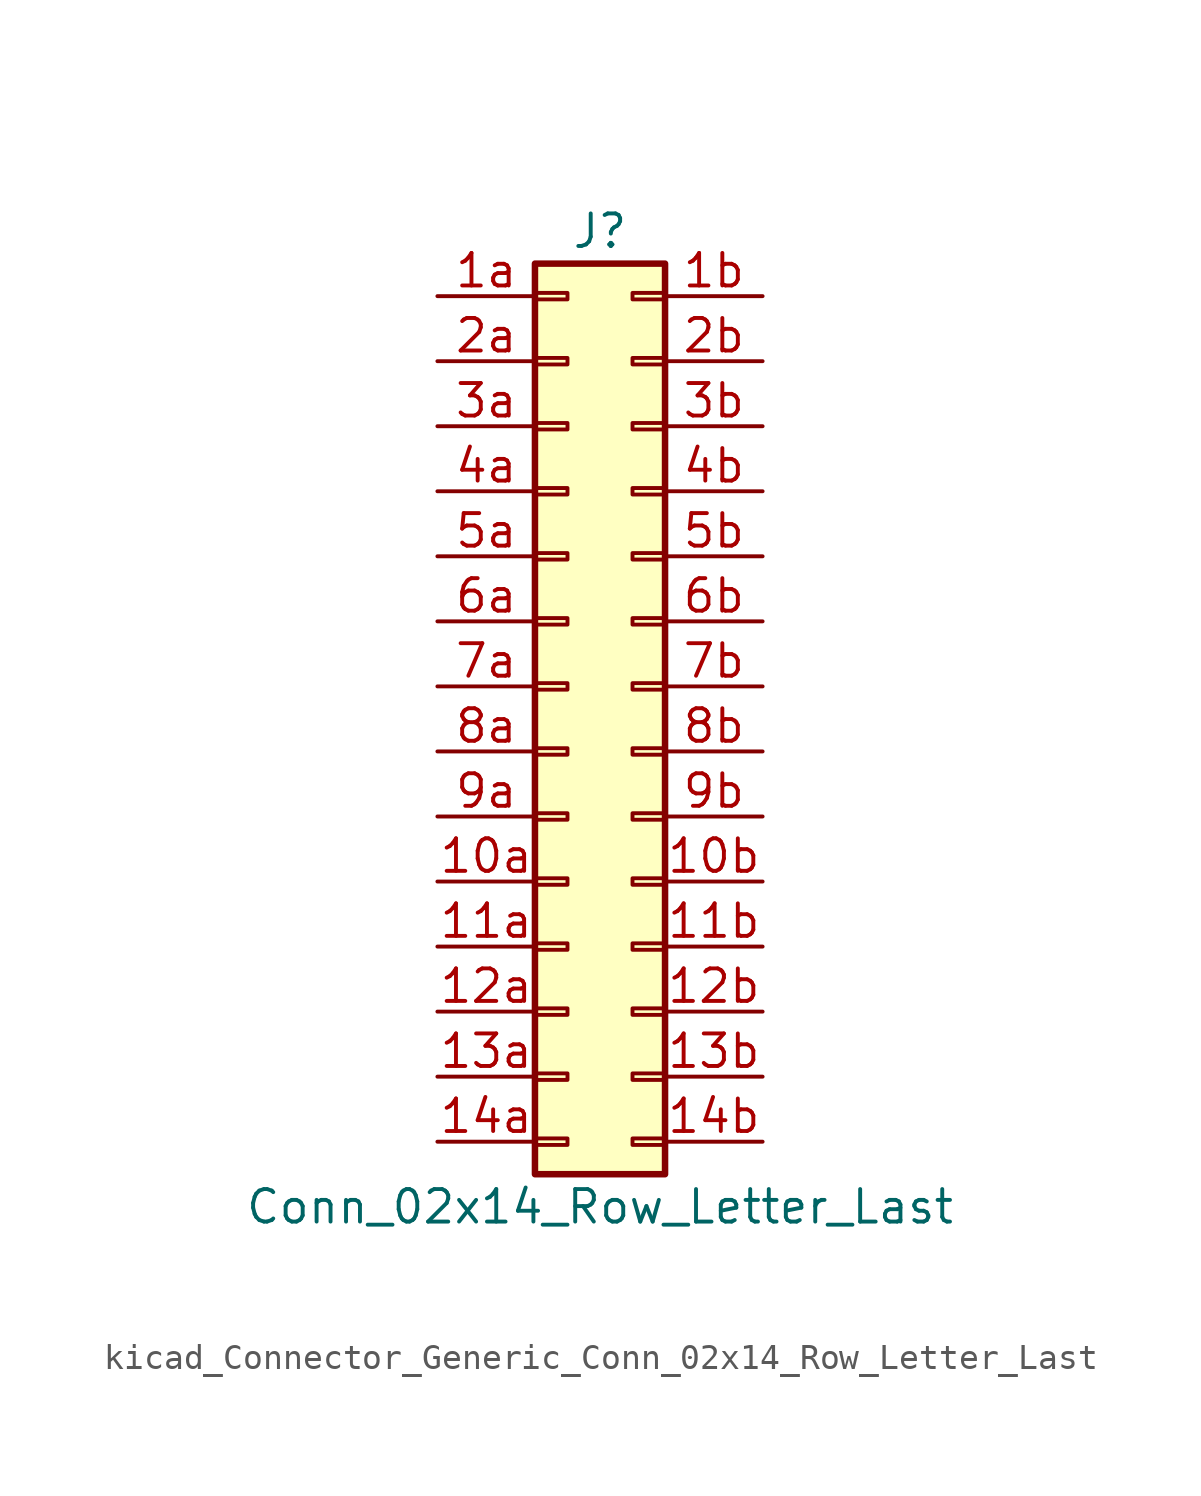
<source format=kicad_sym>
(kicad_symbol_lib
  (version 20220914)
  (generator kicad_symbol_editor)
  (symbol "kicad_Connector_Generic_Conn_02x14_Row_Letter_Last"
    (pin_names
      (offset 1.016) hide)
    (property "Reference" "J"
      (at 1.27 17.78 0)
      (effects (font (size 1.27 1.27))))
    (property "Value" "Conn_02x14_Row_Letter_Last"
      (at 1.27 -20.32 0)
      (effects (font (size 1.27 1.27))))
    (symbol "kicad_Connector_Generic_Conn_02x14_Row_Letter_Last_1_1"
      (rectangle (start -1.27 -17.653) (end 0 -17.907) (stroke (width 0.152) (type default)) (fill (type none)))
      (rectangle (start -1.27 -15.113) (end 0 -15.367) (stroke (width 0.152) (type default)) (fill (type none)))
      (rectangle (start -1.27 -12.573) (end 0 -12.827) (stroke (width 0.152) (type default)) (fill (type none)))
      (rectangle (start -1.27 -10.033) (end 0 -10.287) (stroke (width 0.152) (type default)) (fill (type none)))
      (rectangle (start -1.27 -7.493) (end 0 -7.747) (stroke (width 0.152) (type default)) (fill (type none)))
      (rectangle (start -1.27 -4.953) (end 0 -5.207) (stroke (width 0.152) (type default)) (fill (type none)))
      (rectangle (start -1.27 -2.413) (end 0 -2.667) (stroke (width 0.152) (type default)) (fill (type none)))
      (rectangle (start -1.27 0.127) (end 0 -0.127) (stroke (width 0.152) (type default)) (fill (type none)))
      (rectangle (start -1.27 2.667) (end 0 2.413) (stroke (width 0.152) (type default)) (fill (type none)))
      (rectangle (start -1.27 5.207) (end 0 4.953) (stroke (width 0.152) (type default)) (fill (type none)))
      (rectangle (start -1.27 7.747) (end 0 7.493) (stroke (width 0.152) (type default)) (fill (type none)))
      (rectangle (start -1.27 10.287) (end 0 10.033) (stroke (width 0.152) (type default)) (fill (type none)))
      (rectangle (start -1.27 12.827) (end 0 12.573) (stroke (width 0.152) (type default)) (fill (type none)))
      (rectangle (start -1.27 15.367) (end 0 15.113) (stroke (width 0.152) (type default)) (fill (type none)))
      (rectangle (start -1.27 16.51) (end 3.81 -19.05) (stroke (width 0.254) (type default)) (fill (type background)))
      (rectangle (start 3.81 -17.653) (end 2.54 -17.907) (stroke (width 0.152) (type default)) (fill (type none)))
      (rectangle (start 3.81 -15.113) (end 2.54 -15.367) (stroke (width 0.152) (type default)) (fill (type none)))
      (rectangle (start 3.81 -12.573) (end 2.54 -12.827) (stroke (width 0.152) (type default)) (fill (type none)))
      (rectangle (start 3.81 -10.033) (end 2.54 -10.287) (stroke (width 0.152) (type default)) (fill (type none)))
      (rectangle (start 3.81 -7.493) (end 2.54 -7.747) (stroke (width 0.152) (type default)) (fill (type none)))
      (rectangle (start 3.81 -4.953) (end 2.54 -5.207) (stroke (width 0.152) (type default)) (fill (type none)))
      (rectangle (start 3.81 -2.413) (end 2.54 -2.667) (stroke (width 0.152) (type default)) (fill (type none)))
      (rectangle (start 3.81 0.127) (end 2.54 -0.127) (stroke (width 0.152) (type default)) (fill (type none)))
      (rectangle (start 3.81 2.667) (end 2.54 2.413) (stroke (width 0.152) (type default)) (fill (type none)))
      (rectangle (start 3.81 5.207) (end 2.54 4.953) (stroke (width 0.152) (type default)) (fill (type none)))
      (rectangle (start 3.81 7.747) (end 2.54 7.493) (stroke (width 0.152) (type default)) (fill (type none)))
      (rectangle (start 3.81 10.287) (end 2.54 10.033) (stroke (width 0.152) (type default)) (fill (type none)))
      (rectangle (start 3.81 12.827) (end 2.54 12.573) (stroke (width 0.152) (type default)) (fill (type none)))
      (rectangle (start 3.81 15.367) (end 2.54 15.113) (stroke (width 0.152) (type default)) (fill (type none)))
      (pin passive line (at -5.08 -7.62 0) (length 3.81) (name "Pin_10a" (effects (font (size 1.27 1.27)))) (number "10a" (effects (font (size 1.27 1.27)))))
      (pin passive line (at 7.62 -7.62 180) (length 3.81) (name "Pin_10b" (effects (font (size 1.27 1.27)))) (number "10b" (effects (font (size 1.27 1.27)))))
      (pin passive line (at -5.08 -10.16 0) (length 3.81) (name "Pin_11a" (effects (font (size 1.27 1.27)))) (number "11a" (effects (font (size 1.27 1.27)))))
      (pin passive line (at 7.62 -10.16 180) (length 3.81) (name "Pin_11b" (effects (font (size 1.27 1.27)))) (number "11b" (effects (font (size 1.27 1.27)))))
      (pin passive line (at -5.08 -12.7 0) (length 3.81) (name "Pin_12a" (effects (font (size 1.27 1.27)))) (number "12a" (effects (font (size 1.27 1.27)))))
      (pin passive line (at 7.62 -12.7 180) (length 3.81) (name "Pin_12b" (effects (font (size 1.27 1.27)))) (number "12b" (effects (font (size 1.27 1.27)))))
      (pin passive line (at -5.08 -15.24 0) (length 3.81) (name "Pin_13a" (effects (font (size 1.27 1.27)))) (number "13a" (effects (font (size 1.27 1.27)))))
      (pin passive line (at 7.62 -15.24 180) (length 3.81) (name "Pin_13b" (effects (font (size 1.27 1.27)))) (number "13b" (effects (font (size 1.27 1.27)))))
      (pin passive line (at -5.08 -17.78 0) (length 3.81) (name "Pin_14a" (effects (font (size 1.27 1.27)))) (number "14a" (effects (font (size 1.27 1.27)))))
      (pin passive line (at 7.62 -17.78 180) (length 3.81) (name "Pin_14b" (effects (font (size 1.27 1.27)))) (number "14b" (effects (font (size 1.27 1.27)))))
      (pin passive line (at -5.08 15.24 0) (length 3.81) (name "Pin_1a" (effects (font (size 1.27 1.27)))) (number "1a" (effects (font (size 1.27 1.27)))))
      (pin passive line (at 7.62 15.24 180) (length 3.81) (name "Pin_1b" (effects (font (size 1.27 1.27)))) (number "1b" (effects (font (size 1.27 1.27)))))
      (pin passive line (at -5.08 12.7 0) (length 3.81) (name "Pin_2a" (effects (font (size 1.27 1.27)))) (number "2a" (effects (font (size 1.27 1.27)))))
      (pin passive line (at 7.62 12.7 180) (length 3.81) (name "Pin_2b" (effects (font (size 1.27 1.27)))) (number "2b" (effects (font (size 1.27 1.27)))))
      (pin passive line (at -5.08 10.16 0) (length 3.81) (name "Pin_3a" (effects (font (size 1.27 1.27)))) (number "3a" (effects (font (size 1.27 1.27)))))
      (pin passive line (at 7.62 10.16 180) (length 3.81) (name "Pin_3b" (effects (font (size 1.27 1.27)))) (number "3b" (effects (font (size 1.27 1.27)))))
      (pin passive line (at -5.08 7.62 0) (length 3.81) (name "Pin_4a" (effects (font (size 1.27 1.27)))) (number "4a" (effects (font (size 1.27 1.27)))))
      (pin passive line (at 7.62 7.62 180) (length 3.81) (name "Pin_4b" (effects (font (size 1.27 1.27)))) (number "4b" (effects (font (size 1.27 1.27)))))
      (pin passive line (at -5.08 5.08 0) (length 3.81) (name "Pin_5a" (effects (font (size 1.27 1.27)))) (number "5a" (effects (font (size 1.27 1.27)))))
      (pin passive line (at 7.62 5.08 180) (length 3.81) (name "Pin_5b" (effects (font (size 1.27 1.27)))) (number "5b" (effects (font (size 1.27 1.27)))))
      (pin passive line (at -5.08 2.54 0) (length 3.81) (name "Pin_6a" (effects (font (size 1.27 1.27)))) (number "6a" (effects (font (size 1.27 1.27)))))
      (pin passive line (at 7.62 2.54 180) (length 3.81) (name "Pin_6b" (effects (font (size 1.27 1.27)))) (number "6b" (effects (font (size 1.27 1.27)))))
      (pin passive line (at -5.08 0 0) (length 3.81) (name "Pin_7a" (effects (font (size 1.27 1.27)))) (number "7a" (effects (font (size 1.27 1.27)))))
      (pin passive line (at 7.62 0 180) (length 3.81) (name "Pin_7b" (effects (font (size 1.27 1.27)))) (number "7b" (effects (font (size 1.27 1.27)))))
      (pin passive line (at -5.08 -2.54 0) (length 3.81) (name "Pin_8a" (effects (font (size 1.27 1.27)))) (number "8a" (effects (font (size 1.27 1.27)))))
      (pin passive line (at 7.62 -2.54 180) (length 3.81) (name "Pin_8b" (effects (font (size 1.27 1.27)))) (number "8b" (effects (font (size 1.27 1.27)))))
      (pin passive line (at -5.08 -5.08 0) (length 3.81) (name "Pin_9a" (effects (font (size 1.27 1.27)))) (number "9a" (effects (font (size 1.27 1.27)))))
      (pin passive line (at 7.62 -5.08 180) (length 3.81) (name "Pin_9b" (effects (font (size 1.27 1.27)))) (number "9b" (effects (font (size 1.27 1.27))))))))
</source>
